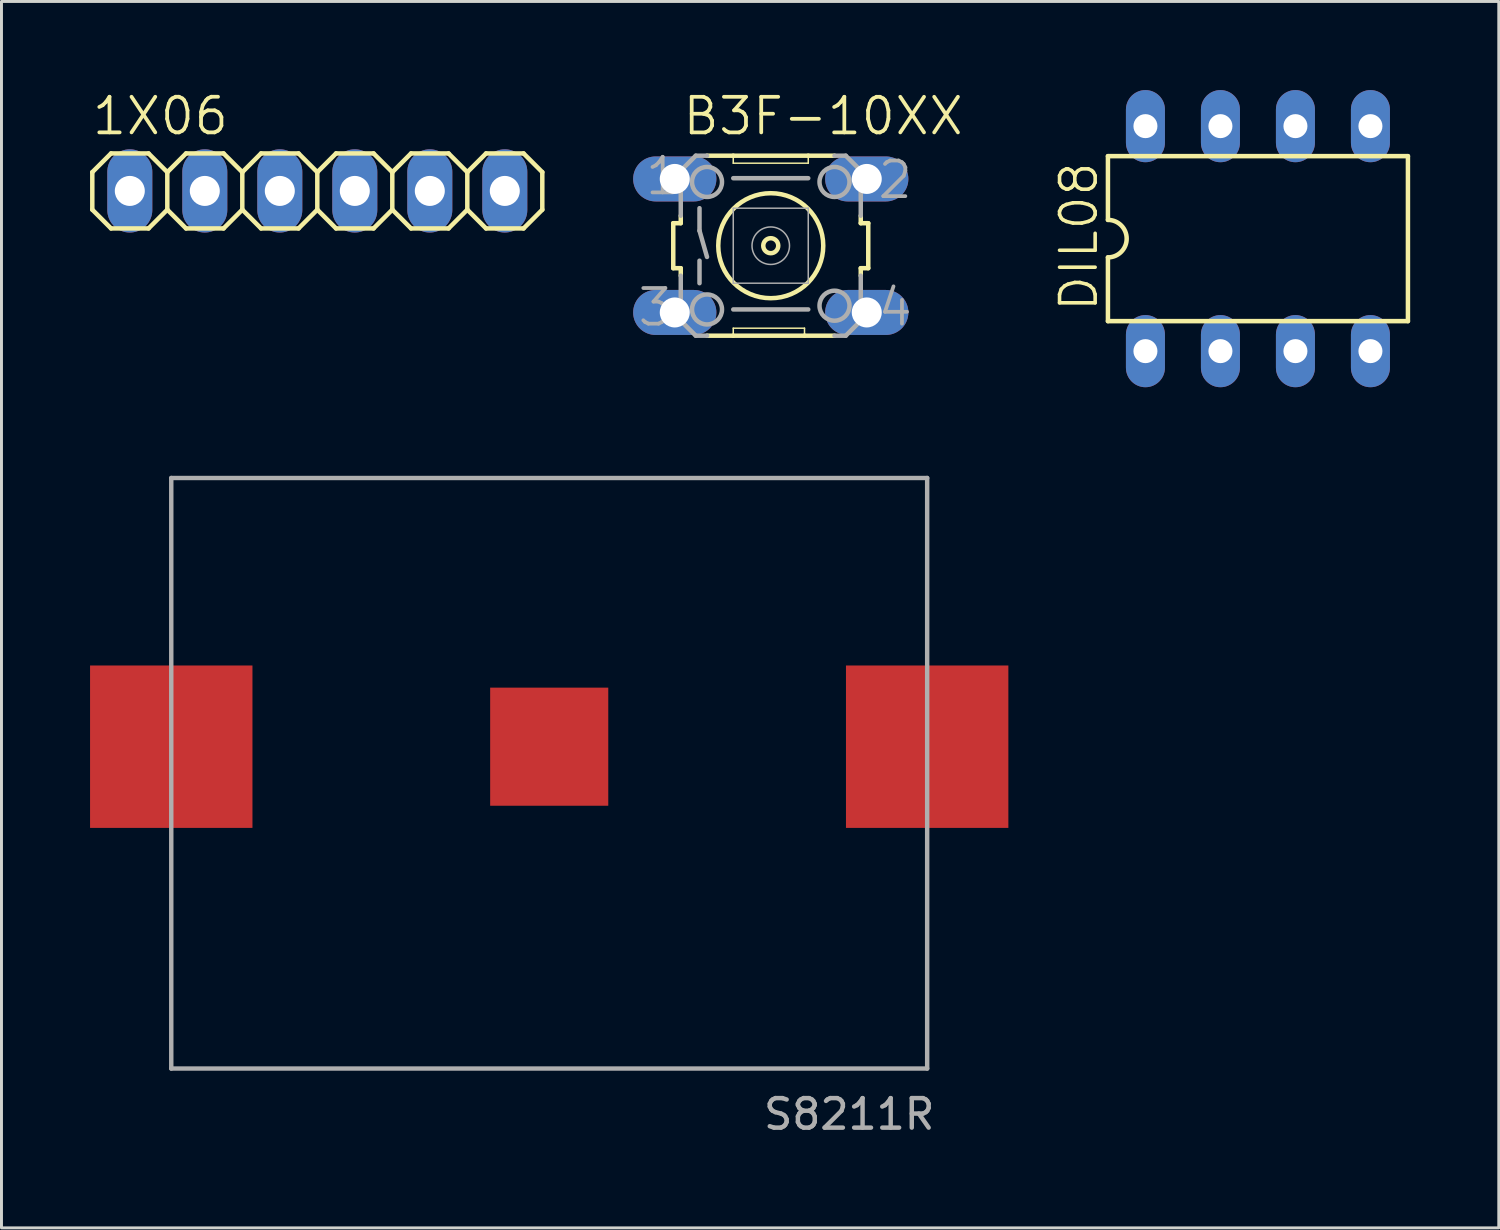
<source format=kicad_pcb>
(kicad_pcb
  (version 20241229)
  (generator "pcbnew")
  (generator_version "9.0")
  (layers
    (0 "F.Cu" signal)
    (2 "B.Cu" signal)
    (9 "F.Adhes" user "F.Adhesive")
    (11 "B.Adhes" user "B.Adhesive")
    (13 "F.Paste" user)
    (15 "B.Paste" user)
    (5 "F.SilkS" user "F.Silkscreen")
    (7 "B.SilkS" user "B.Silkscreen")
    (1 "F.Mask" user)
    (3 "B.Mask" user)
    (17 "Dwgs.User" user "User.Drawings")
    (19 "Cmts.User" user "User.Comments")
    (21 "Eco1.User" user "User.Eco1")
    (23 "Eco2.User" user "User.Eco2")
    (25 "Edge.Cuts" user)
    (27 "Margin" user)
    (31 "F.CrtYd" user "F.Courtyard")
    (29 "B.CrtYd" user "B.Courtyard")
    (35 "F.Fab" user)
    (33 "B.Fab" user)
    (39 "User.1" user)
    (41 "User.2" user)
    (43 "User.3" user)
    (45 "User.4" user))
  (footprint "B3F-10XX"
    (layer "F.Cu")
    (at 23.053 5.271)
    (property "Reference" "B3F-10XX" (at -3.048 -3.683 0) (layer "F.SilkS") (effects (font (size 1.206 1.206) (thickness 0.127)) (justify left bottom)))
    (attr through_hole)
    (fp_line (start -3.302 -0.762) (end -3.302 0.762) (stroke (width 0.152) (type solid)) (layer "F.SilkS"))
    (fp_line (start -3.302 -0.762) (end -3.048 -0.762) (stroke (width 0.152) (type solid)) (layer "F.SilkS"))
    (fp_line (start -3.048 -0.762) (end -3.048 -1.016) (stroke (width 0.152) (type solid)) (layer "F.SilkS"))
    (fp_line (start -3.048 0.762) (end -3.302 0.762) (stroke (width 0.152) (type solid)) (layer "F.SilkS"))
    (fp_line (start -3.048 0.762) (end -3.048 1.016) (stroke (width 0.152) (type solid)) (layer "F.SilkS"))
    (fp_line (start -2.159 3.048) (end -1.27 3.048) (stroke (width 0.152) (type solid)) (layer "F.SilkS"))
    (fp_line (start -1.27 -3.048) (end -2.159 -3.048) (stroke (width 0.152) (type solid)) (layer "F.SilkS"))
    (fp_line (start -1.27 -3.048) (end -1.27 -2.794) (stroke (width 0.051) (type solid)) (layer "F.SilkS"))
    (fp_line (start -1.27 2.794) (end -1.27 3.048) (stroke (width 0.051) (type solid)) (layer "F.SilkS"))
    (fp_line (start -1.27 3.048) (end 1.143 3.048) (stroke (width 0.152) (type solid)) (layer "F.SilkS"))
    (fp_line (start 1.143 2.794) (end -1.27 2.794) (stroke (width 0.051) (type solid)) (layer "F.SilkS"))
    (fp_line (start 1.143 2.794) (end 1.143 3.048) (stroke (width 0.051) (type solid)) (layer "F.SilkS"))
    (fp_line (start 1.143 3.048) (end 2.159 3.048) (stroke (width 0.152) (type solid)) (layer "F.SilkS"))
    (fp_line (start 1.27 -3.048) (end -1.27 -3.048) (stroke (width 0.152) (type solid)) (layer "F.SilkS"))
    (fp_line (start 1.27 -2.794) (end -1.27 -2.794) (stroke (width 0.051) (type solid)) (layer "F.SilkS"))
    (fp_line (start 1.27 -2.794) (end 1.27 -3.048) (stroke (width 0.051) (type solid)) (layer "F.SilkS"))
    (fp_line (start 2.159 -3.048) (end 1.27 -3.048) (stroke (width 0.152) (type solid)) (layer "F.SilkS"))
    (fp_line (start 3.048 -0.762) (end 3.048 -1.016) (stroke (width 0.152) (type solid)) (layer "F.SilkS"))
    (fp_line (start 3.048 -0.762) (end 3.302 -0.762) (stroke (width 0.152) (type solid)) (layer "F.SilkS"))
    (fp_line (start 3.048 0.762) (end 3.048 1.016) (stroke (width 0.152) (type solid)) (layer "F.SilkS"))
    (fp_line (start 3.302 0.762) (end 3.048 0.762) (stroke (width 0.152) (type solid)) (layer "F.SilkS"))
    (fp_line (start 3.302 0.762) (end 3.302 -0.762) (stroke (width 0.152) (type solid)) (layer "F.SilkS"))
    (fp_circle (center 0 0) (end 0.254 0) (stroke (width 0.152) (type solid)) (fill no) (layer "F.SilkS"))
    (fp_circle (center 0 0) (end 1.778 0) (stroke (width 0.152) (type solid)) (fill no) (layer "F.SilkS"))
    (fp_line (start -3.048 -2.54) (end -3.048 -1.016) (stroke (width 0.152) (type solid)) (layer "F.Fab"))
    (fp_line (start -3.048 2.54) (end -3.048 1.016) (stroke (width 0.152) (type solid)) (layer "F.Fab"))
    (fp_line (start -2.54 -3.048) (end -3.048 -2.54) (stroke (width 0.152) (type solid)) (layer "F.Fab"))
    (fp_line (start -2.54 -3.048) (end -2.159 -3.048) (stroke (width 0.152) (type solid)) (layer "F.Fab"))
    (fp_line (start -2.54 3.048) (end -3.048 2.54) (stroke (width 0.152) (type solid)) (layer "F.Fab"))
    (fp_line (start -2.54 3.048) (end -2.159 3.048) (stroke (width 0.152) (type solid)) (layer "F.Fab"))
    (fp_line (start -2.413 -1.27) (end -2.413 -0.508) (stroke (width 0.152) (type solid)) (layer "F.Fab"))
    (fp_line (start -2.413 -0.508) (end -2.159 0.381) (stroke (width 0.152) (type solid)) (layer "F.Fab"))
    (fp_line (start -2.413 0.508) (end -2.413 1.27) (stroke (width 0.152) (type solid)) (layer "F.Fab"))
    (fp_line (start -1.27 -1.27) (end -1.27 1.27) (stroke (width 0.051) (type solid)) (layer "F.Fab"))
    (fp_line (start -1.27 -1.27) (end 1.27 -1.27) (stroke (width 0.051) (type solid)) (layer "F.Fab"))
    (fp_line (start -1.27 2.159) (end 1.27 2.159) (stroke (width 0.152) (type solid)) (layer "F.Fab"))
    (fp_line (start 1.27 -2.286) (end -1.27 -2.286) (stroke (width 0.152) (type solid)) (layer "F.Fab"))
    (fp_line (start 1.27 1.27) (end -1.27 1.27) (stroke (width 0.051) (type solid)) (layer "F.Fab"))
    (fp_line (start 1.27 1.27) (end 1.27 -1.27) (stroke (width 0.051) (type solid)) (layer "F.Fab"))
    (fp_line (start 2.54 -3.048) (end 2.159 -3.048) (stroke (width 0.152) (type solid)) (layer "F.Fab"))
    (fp_line (start 2.54 3.048) (end 2.159 3.048) (stroke (width 0.152) (type solid)) (layer "F.Fab"))
    (fp_line (start 2.54 3.048) (end 3.048 2.54) (stroke (width 0.152) (type solid)) (layer "F.Fab"))
    (fp_line (start 3.048 -2.54) (end 2.54 -3.048) (stroke (width 0.152) (type solid)) (layer "F.Fab"))
    (fp_line (start 3.048 -1.016) (end 3.048 -2.54) (stroke (width 0.152) (type solid)) (layer "F.Fab"))
    (fp_line (start 3.048 2.54) (end 3.048 1.016) (stroke (width 0.152) (type solid)) (layer "F.Fab"))
    (fp_circle (center -2.159 -2.159) (end -1.651 -2.159) (stroke (width 0.152) (type solid)) (fill no) (layer "F.Fab"))
    (fp_circle (center -2.159 2.159) (end -1.651 2.159) (stroke (width 0.152) (type solid)) (fill no) (layer "F.Fab"))
    (fp_circle (center 0 0) (end 0.635 0) (stroke (width 0.051) (type solid)) (fill no) (layer "F.Fab"))
    (fp_circle (center 2.159 -2.159) (end 2.667 -2.159) (stroke (width 0.152) (type solid)) (fill no) (layer "F.Fab"))
    (fp_circle (center 2.159 2.032) (end 2.667 2.032) (stroke (width 0.152) (type solid)) (fill no) (layer "F.Fab"))
    (fp_text user "4" (at 3.556 2.794 0) (layer "F.Fab") (effects (font (size 1.206 1.206) (thickness 0.127)) (justify left bottom)))
    (fp_text user "1" (at -4.318 -1.651 0) (layer "F.Fab") (effects (font (size 1.206 1.206) (thickness 0.127)) (justify left bottom)))
    (fp_text user "2" (at 3.556 -1.524 0) (layer "F.Fab") (effects (font (size 1.206 1.206) (thickness 0.127)) (justify left bottom)))
    (fp_text user "3" (at -4.572 2.794 0) (layer "F.Fab") (effects (font (size 1.206 1.206) (thickness 0.127)) (justify left bottom)))
    (pad "1" thru_hole oval (at -3.251 -2.261) (size 2.819 1.524) (drill 1.016) (layers "*.Cu" "*.Mask"))
    (pad "2" thru_hole oval (at 3.251 -2.261) (size 2.819 1.524) (drill 1.016) (layers "*.Cu" "*.Mask"))
    (pad "3" thru_hole oval (at -3.251 2.261) (size 2.819 1.524) (drill 1.016) (layers "*.Cu" "*.Mask"))
    (pad "4" thru_hole oval (at 3.251 2.261) (size 2.819 1.524) (drill 1.016) (layers "*.Cu" "*.Mask")))
  (footprint "1X06"
    (layer "F.Cu")
    (at 7.696 3.416)
    (property "Reference" "1X06" (at -7.696 -1.829 0) (layer "F.SilkS") (effects (font (size 1.206 1.206) (thickness 0.127)) (justify left bottom)))
    (attr through_hole)
    (fp_line (start -7.62 -0.635) (end -7.62 0.635) (stroke (width 0.152) (type solid)) (layer "F.SilkS"))
    (fp_line (start -7.62 0.635) (end -6.985 1.27) (stroke (width 0.152) (type solid)) (layer "F.SilkS"))
    (fp_line (start -6.985 -1.27) (end -7.62 -0.635) (stroke (width 0.152) (type solid)) (layer "F.SilkS"))
    (fp_line (start -6.985 -1.27) (end -5.715 -1.27) (stroke (width 0.152) (type solid)) (layer "F.SilkS"))
    (fp_line (start -5.715 -1.27) (end -5.08 -0.635) (stroke (width 0.152) (type solid)) (layer "F.SilkS"))
    (fp_line (start -5.715 1.27) (end -6.985 1.27) (stroke (width 0.152) (type solid)) (layer "F.SilkS"))
    (fp_line (start -5.08 -0.635) (end -5.08 0.635) (stroke (width 0.152) (type solid)) (layer "F.SilkS"))
    (fp_line (start -5.08 -0.635) (end -4.445 -1.27) (stroke (width 0.152) (type solid)) (layer "F.SilkS"))
    (fp_line (start -5.08 0.635) (end -5.715 1.27) (stroke (width 0.152) (type solid)) (layer "F.SilkS"))
    (fp_line (start -4.445 -1.27) (end -3.175 -1.27) (stroke (width 0.152) (type solid)) (layer "F.SilkS"))
    (fp_line (start -4.445 1.27) (end -5.08 0.635) (stroke (width 0.152) (type solid)) (layer "F.SilkS"))
    (fp_line (start -3.175 -1.27) (end -2.54 -0.635) (stroke (width 0.152) (type solid)) (layer "F.SilkS"))
    (fp_line (start -3.175 1.27) (end -4.445 1.27) (stroke (width 0.152) (type solid)) (layer "F.SilkS"))
    (fp_line (start -2.54 -0.635) (end -2.54 0.635) (stroke (width 0.152) (type solid)) (layer "F.SilkS"))
    (fp_line (start -2.54 -0.635) (end -1.905 -1.27) (stroke (width 0.152) (type solid)) (layer "F.SilkS"))
    (fp_line (start -2.54 0.635) (end -3.175 1.27) (stroke (width 0.152) (type solid)) (layer "F.SilkS"))
    (fp_line (start -1.905 -1.27) (end -0.635 -1.27) (stroke (width 0.152) (type solid)) (layer "F.SilkS"))
    (fp_line (start -1.905 1.27) (end -2.54 0.635) (stroke (width 0.152) (type solid)) (layer "F.SilkS"))
    (fp_line (start -0.635 -1.27) (end 0 -0.635) (stroke (width 0.152) (type solid)) (layer "F.SilkS"))
    (fp_line (start -0.635 1.27) (end -1.905 1.27) (stroke (width 0.152) (type solid)) (layer "F.SilkS"))
    (fp_line (start 0 -0.635) (end 0 0.635) (stroke (width 0.152) (type solid)) (layer "F.SilkS"))
    (fp_line (start 0 0.635) (end -0.635 1.27) (stroke (width 0.152) (type solid)) (layer "F.SilkS"))
    (fp_line (start 0 0.635) (end 0.635 1.27) (stroke (width 0.152) (type solid)) (layer "F.SilkS"))
    (fp_line (start 0.635 -1.27) (end 0 -0.635) (stroke (width 0.152) (type solid)) (layer "F.SilkS"))
    (fp_line (start 0.635 -1.27) (end 1.905 -1.27) (stroke (width 0.152) (type solid)) (layer "F.SilkS"))
    (fp_line (start 1.905 -1.27) (end 2.54 -0.635) (stroke (width 0.152) (type solid)) (layer "F.SilkS"))
    (fp_line (start 1.905 1.27) (end 0.635 1.27) (stroke (width 0.152) (type solid)) (layer "F.SilkS"))
    (fp_line (start 2.54 -0.635) (end 2.54 0.635) (stroke (width 0.152) (type solid)) (layer "F.SilkS"))
    (fp_line (start 2.54 -0.635) (end 3.175 -1.27) (stroke (width 0.152) (type solid)) (layer "F.SilkS"))
    (fp_line (start 2.54 0.635) (end 1.905 1.27) (stroke (width 0.152) (type solid)) (layer "F.SilkS"))
    (fp_line (start 3.175 -1.27) (end 4.445 -1.27) (stroke (width 0.152) (type solid)) (layer "F.SilkS"))
    (fp_line (start 3.175 1.27) (end 2.54 0.635) (stroke (width 0.152) (type solid)) (layer "F.SilkS"))
    (fp_line (start 4.445 -1.27) (end 5.08 -0.635) (stroke (width 0.152) (type solid)) (layer "F.SilkS"))
    (fp_line (start 4.445 1.27) (end 3.175 1.27) (stroke (width 0.152) (type solid)) (layer "F.SilkS"))
    (fp_line (start 5.08 -0.635) (end 5.08 0.635) (stroke (width 0.152) (type solid)) (layer "F.SilkS"))
    (fp_line (start 5.08 0.635) (end 4.445 1.27) (stroke (width 0.152) (type solid)) (layer "F.SilkS"))
    (fp_line (start 5.08 0.635) (end 5.715 1.27) (stroke (width 0.152) (type solid)) (layer "F.SilkS"))
    (fp_line (start 5.715 -1.27) (end 5.08 -0.635) (stroke (width 0.152) (type solid)) (layer "F.SilkS"))
    (fp_line (start 5.715 -1.27) (end 6.985 -1.27) (stroke (width 0.152) (type solid)) (layer "F.SilkS"))
    (fp_line (start 6.985 -1.27) (end 7.62 -0.635) (stroke (width 0.152) (type solid)) (layer "F.SilkS"))
    (fp_line (start 6.985 1.27) (end 5.715 1.27) (stroke (width 0.152) (type solid)) (layer "F.SilkS"))
    (fp_line (start 7.62 -0.635) (end 7.62 0.635) (stroke (width 0.152) (type solid)) (layer "F.SilkS"))
    (fp_line (start 7.62 0.635) (end 6.985 1.27) (stroke (width 0.152) (type solid)) (layer "F.SilkS"))
    (fp_poly (pts (xy -6.604 0.254) (xy -6.096 0.254) (xy -6.096 -0.254) (xy -6.604 -0.254)) (stroke (width 0.1) (type solid)) (fill no) (layer "F.Fab"))
    (fp_poly (pts (xy -4.064 0.254) (xy -3.556 0.254) (xy -3.556 -0.254) (xy -4.064 -0.254)) (stroke (width 0.1) (type solid)) (fill no) (layer "F.Fab"))
    (fp_poly (pts (xy -1.524 0.254) (xy -1.016 0.254) (xy -1.016 -0.254) (xy -1.524 -0.254)) (stroke (width 0.1) (type solid)) (fill no) (layer "F.Fab"))
    (fp_poly (pts (xy 1.016 0.254) (xy 1.524 0.254) (xy 1.524 -0.254) (xy 1.016 -0.254)) (stroke (width 0.1) (type solid)) (fill no) (layer "F.Fab"))
    (fp_poly (pts (xy 3.556 0.254) (xy 4.064 0.254) (xy 4.064 -0.254) (xy 3.556 -0.254)) (stroke (width 0.1) (type solid)) (fill no) (layer "F.Fab"))
    (fp_poly (pts (xy 6.096 0.254) (xy 6.604 0.254) (xy 6.604 -0.254) (xy 6.096 -0.254)) (stroke (width 0.1) (type solid)) (fill no) (layer "F.Fab"))
    (pad "1" thru_hole oval (at -6.35 0 90) (size 2.819 1.524) (drill 1.016) (layers "*.Cu" "*.Mask"))
    (pad "2" thru_hole oval (at -3.81 0 90) (size 2.819 1.524) (drill 1.016) (layers "*.Cu" "*.Mask"))
    (pad "3" thru_hole oval (at -1.27 0 90) (size 2.819 1.524) (drill 1.016) (layers "*.Cu" "*.Mask"))
    (pad "4" thru_hole oval (at 1.27 0 90) (size 2.819 1.524) (drill 1.016) (layers "*.Cu" "*.Mask"))
    (pad "5" thru_hole oval (at 3.81 0 90) (size 2.819 1.524) (drill 1.016) (layers "*.Cu" "*.Mask"))
    (pad "6" thru_hole oval (at 6.35 0 90) (size 2.819 1.524) (drill 1.016) (layers "*.Cu" "*.Mask")))
  (footprint "DIL08"
    (layer "F.Cu")
    (at 39.552 5.032)
    (property "Reference" "DIL08" (at -5.359 2.54 270) (layer "F.SilkS") (effects (font (size 1.206 1.206) (thickness 0.121)) (justify left bottom)))
    (attr through_hole)
    (fp_line (start -5.08 -2.794) (end -5.08 -0.635) (stroke (width 0.152) (type solid)) (layer "F.SilkS"))
    (fp_line (start -5.08 0.635) (end -5.08 2.794) (stroke (width 0.152) (type solid)) (layer "F.SilkS"))
    (fp_line (start -5.08 2.794) (end 5.08 2.794) (stroke (width 0.152) (type solid)) (layer "F.SilkS"))
    (fp_line (start 5.08 -2.794) (end -5.08 -2.794) (stroke (width 0.152) (type solid)) (layer "F.SilkS"))
    (fp_line (start 5.08 2.794) (end 5.08 -2.794) (stroke (width 0.152) (type solid)) (layer "F.SilkS"))
    (fp_arc (start -5.08 -0.635) (mid -4.445 0) (end -5.08 0.635) (stroke (width 0.1524) (type solid)) (layer "F.SilkS"))
    (pad "1" thru_hole oval (at -3.81 3.81 90) (size 2.443 1.321) (drill 0.813) (layers "*.Cu" "*.Mask"))
    (pad "2" thru_hole oval (at -1.27 3.81 90) (size 2.443 1.321) (drill 0.813) (layers "*.Cu" "*.Mask"))
    (pad "3" thru_hole oval (at 1.27 3.81 90) (size 2.443 1.321) (drill 0.813) (layers "*.Cu" "*.Mask"))
    (pad "4" thru_hole oval (at 3.81 3.81 90) (size 2.443 1.321) (drill 0.813) (layers "*.Cu" "*.Mask"))
    (pad "5" thru_hole oval (at 3.81 -3.81 90) (size 2.443 1.321) (drill 0.813) (layers "*.Cu" "*.Mask"))
    (pad "6" thru_hole oval (at 1.27 -3.81 90) (size 2.443 1.321) (drill 0.813) (layers "*.Cu" "*.Mask"))
    (pad "7" thru_hole oval (at -1.27 -3.81 90) (size 2.443 1.321) (drill 0.813) (layers "*.Cu" "*.Mask"))
    (pad "8" thru_hole oval (at -3.81 -3.81 90) (size 2.443 1.321) (drill 0.813) (layers "*.Cu" "*.Mask")))
  (footprint "S8211R"
    (layer "F.Cu")
    (at 15.55 22.238)
    (property "Reference" "S8211R" (at 10.16 12.446 0) (layer "F.Fab") (effects (font (size 1 1) (thickness 0.15))))
    (attr through_hole)
    (fp_line (start -12.8 -9.1) (end 12.8 -9.1) (stroke (width 0.15) (type solid)) (layer "F.Fab"))
    (fp_line (start -12.8 10.9) (end -12.8 -9.1) (stroke (width 0.15) (type solid)) (layer "F.Fab"))
    (fp_line (start 12.8 -9.1) (end 12.8 10.9) (stroke (width 0.15) (type solid)) (layer "F.Fab"))
    (fp_line (start 12.8 10.9) (end -12.8 10.9) (stroke (width 0.15) (type solid)) (layer "F.Fab"))
    (pad "1" smd rect (at -12.8 0) (size 5.5 5.5) (layers "F.Cu" "F.Mask" "F.Paste"))
    (pad "1" smd rect (at 12.8 0) (size 5.5 5.5) (layers "F.Cu" "F.Mask" "F.Paste"))
    (pad "2" smd rect (at 0 0) (size 4 4) (layers "F.Cu" "F.Mask" "F.Paste")))
  (gr_rect
    (start -3 -3)
    (end 47.709 38.533)
    (stroke (width 0.1) (type default))
    (fill no)
    (layer "Edge.Cuts")))
</source>
